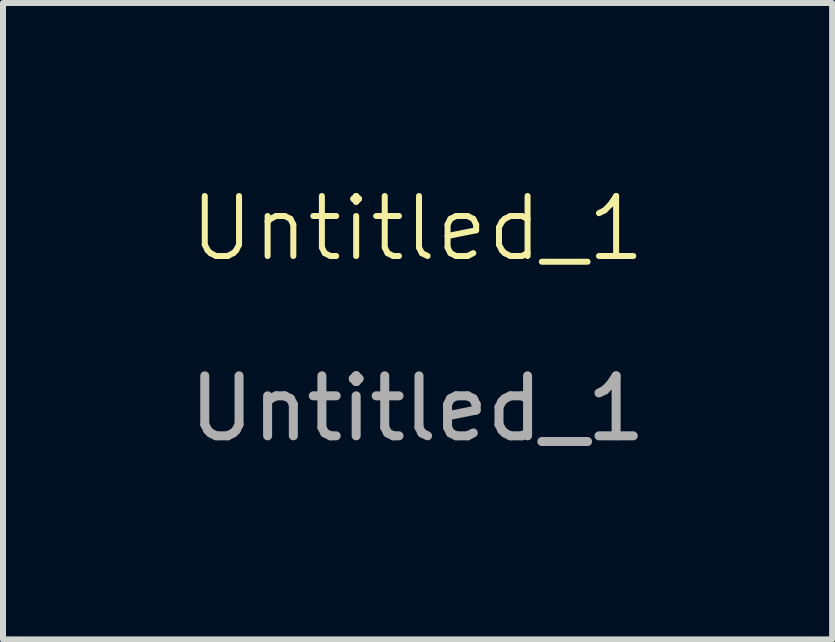
<source format=kicad_pcb>
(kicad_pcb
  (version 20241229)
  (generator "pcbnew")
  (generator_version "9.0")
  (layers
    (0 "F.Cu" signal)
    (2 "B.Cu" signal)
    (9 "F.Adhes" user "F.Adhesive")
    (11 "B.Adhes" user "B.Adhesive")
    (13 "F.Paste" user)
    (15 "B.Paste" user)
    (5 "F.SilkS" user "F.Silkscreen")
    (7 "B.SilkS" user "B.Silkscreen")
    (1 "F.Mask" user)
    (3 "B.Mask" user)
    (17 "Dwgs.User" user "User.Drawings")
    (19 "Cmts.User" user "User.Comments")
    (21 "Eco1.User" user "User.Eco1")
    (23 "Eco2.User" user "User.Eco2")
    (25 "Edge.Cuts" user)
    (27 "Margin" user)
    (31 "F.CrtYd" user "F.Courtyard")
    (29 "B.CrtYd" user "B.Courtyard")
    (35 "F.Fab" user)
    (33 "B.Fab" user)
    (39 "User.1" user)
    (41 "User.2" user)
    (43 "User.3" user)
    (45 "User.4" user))
  (footprint "Untitled_1"
    (layer "F.Cu")
    (at 3.911 1.26)
    (property "Reference" "Untitled_1" (at 0 -0.5 0) (unlocked yes) (layer "F.SilkS") (effects (font (size 1 1) (thickness 0.1))))
    (attr smd)
    (fp_text user "${REFERENCE}" (at 0 2.5 0) (unlocked yes) (layer "F.Fab") (effects (font (size 1 1) (thickness 0.15)))))
  (gr_rect
    (start -3 -3)
    (end 10.821 7.609)
    (stroke (width 0.1) (type default))
    (fill no)
    (layer "Edge.Cuts")))
</source>
